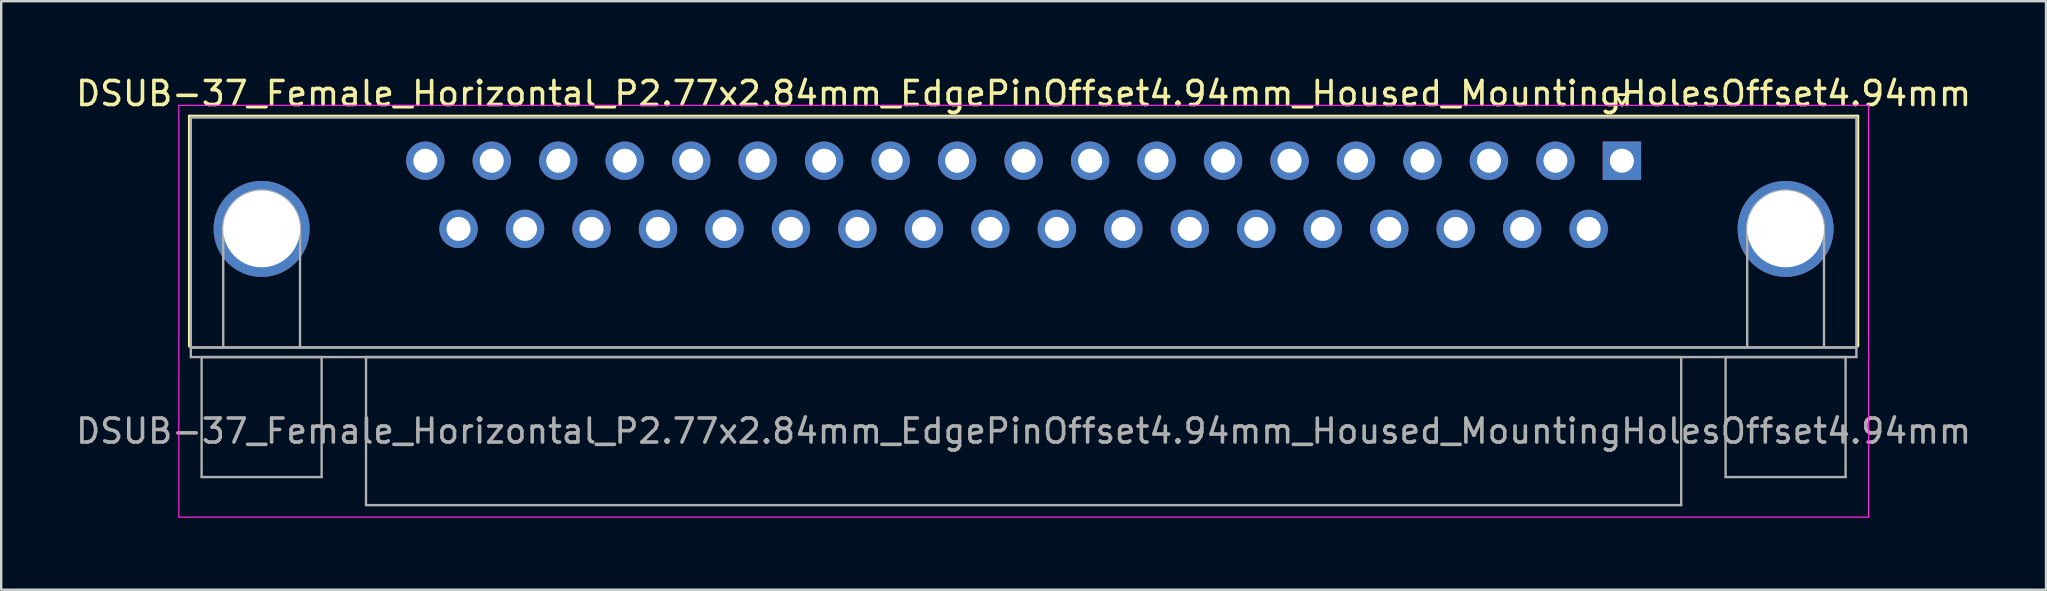
<source format=kicad_pcb>
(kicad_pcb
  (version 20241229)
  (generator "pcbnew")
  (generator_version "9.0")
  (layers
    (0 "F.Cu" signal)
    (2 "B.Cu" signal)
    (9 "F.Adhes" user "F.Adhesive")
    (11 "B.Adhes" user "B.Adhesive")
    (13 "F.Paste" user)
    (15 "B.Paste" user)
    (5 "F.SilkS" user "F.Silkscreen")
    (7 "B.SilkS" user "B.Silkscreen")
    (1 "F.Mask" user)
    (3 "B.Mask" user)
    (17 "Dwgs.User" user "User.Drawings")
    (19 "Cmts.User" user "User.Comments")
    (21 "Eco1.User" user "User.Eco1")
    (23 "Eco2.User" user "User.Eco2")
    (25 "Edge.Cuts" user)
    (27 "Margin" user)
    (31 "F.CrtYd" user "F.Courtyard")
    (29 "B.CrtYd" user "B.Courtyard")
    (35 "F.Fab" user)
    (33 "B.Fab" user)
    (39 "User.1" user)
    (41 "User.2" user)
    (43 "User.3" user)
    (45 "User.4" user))
  (footprint "DSUB-37_Female_Horizontal_P2.77x2.84mm_EdgePinOffset4.94mm_Housed_MountingHolesOffset4.94mm"
    (layer "F.Cu")
    (at 64.531 3.648)
    (property "Reference" "DSUB-37_Female_Horizontal_P2.77x2.84mm_EdgePinOffset4.94mm_Housed_MountingHolesOffset4.94mm" (at -24.93 -2.8 0) (layer "F.SilkS") (effects (font (size 1 1) (thickness 0.15))))
    (attr through_hole)
    (fp_line (start -59.69 -1.86) (end 9.83 -1.86) (stroke (width 0.12) (type solid)) (layer "F.SilkS"))
    (fp_line (start -59.69 7.72) (end -59.69 -1.86) (stroke (width 0.12) (type solid)) (layer "F.SilkS"))
    (fp_line (start -0.25 -2.754) (end 0.25 -2.754) (stroke (width 0.12) (type solid)) (layer "F.SilkS"))
    (fp_line (start 0 -2.321) (end -0.25 -2.754) (stroke (width 0.12) (type solid)) (layer "F.SilkS"))
    (fp_line (start 0.25 -2.754) (end 0 -2.321) (stroke (width 0.12) (type solid)) (layer "F.SilkS"))
    (fp_line (start 9.83 -1.86) (end 9.83 7.72) (stroke (width 0.12) (type solid)) (layer "F.SilkS"))
    (fp_line (start -60.13 -2.31) (end -60.13 14.85) (stroke (width 0.05) (type solid)) (layer "F.CrtYd"))
    (fp_line (start -60.13 14.85) (end 10.28 14.85) (stroke (width 0.05) (type solid)) (layer "F.CrtYd"))
    (fp_line (start 10.28 -2.31) (end -60.13 -2.31) (stroke (width 0.05) (type solid)) (layer "F.CrtYd"))
    (fp_line (start 10.28 14.85) (end 10.28 -2.31) (stroke (width 0.05) (type solid)) (layer "F.CrtYd"))
    (fp_line (start -59.63 -1.8) (end -59.63 7.78) (stroke (width 0.1) (type solid)) (layer "F.Fab"))
    (fp_line (start -59.63 7.78) (end -59.63 8.18) (stroke (width 0.1) (type solid)) (layer "F.Fab"))
    (fp_line (start -59.63 7.78) (end 9.77 7.78) (stroke (width 0.1) (type solid)) (layer "F.Fab"))
    (fp_line (start -59.63 8.18) (end 9.77 8.18) (stroke (width 0.1) (type solid)) (layer "F.Fab"))
    (fp_line (start -59.18 8.18) (end -59.18 13.18) (stroke (width 0.1) (type solid)) (layer "F.Fab"))
    (fp_line (start -59.18 13.18) (end -54.18 13.18) (stroke (width 0.1) (type solid)) (layer "F.Fab"))
    (fp_line (start -58.28 7.78) (end -58.28 2.84) (stroke (width 0.1) (type solid)) (layer "F.Fab"))
    (fp_line (start -55.08 7.78) (end -55.08 2.84) (stroke (width 0.1) (type solid)) (layer "F.Fab"))
    (fp_line (start -54.18 8.18) (end -59.18 8.18) (stroke (width 0.1) (type solid)) (layer "F.Fab"))
    (fp_line (start -54.18 13.18) (end -54.18 8.18) (stroke (width 0.1) (type solid)) (layer "F.Fab"))
    (fp_line (start -52.33 8.18) (end -52.33 14.35) (stroke (width 0.1) (type solid)) (layer "F.Fab"))
    (fp_line (start -52.33 14.35) (end 2.47 14.35) (stroke (width 0.1) (type solid)) (layer "F.Fab"))
    (fp_line (start 2.47 8.18) (end -52.33 8.18) (stroke (width 0.1) (type solid)) (layer "F.Fab"))
    (fp_line (start 2.47 14.35) (end 2.47 8.18) (stroke (width 0.1) (type solid)) (layer "F.Fab"))
    (fp_line (start 4.32 8.18) (end 4.32 13.18) (stroke (width 0.1) (type solid)) (layer "F.Fab"))
    (fp_line (start 4.32 13.18) (end 9.32 13.18) (stroke (width 0.1) (type solid)) (layer "F.Fab"))
    (fp_line (start 5.22 7.78) (end 5.22 2.84) (stroke (width 0.1) (type solid)) (layer "F.Fab"))
    (fp_line (start 8.42 7.78) (end 8.42 2.84) (stroke (width 0.1) (type solid)) (layer "F.Fab"))
    (fp_line (start 9.32 8.18) (end 4.32 8.18) (stroke (width 0.1) (type solid)) (layer "F.Fab"))
    (fp_line (start 9.32 13.18) (end 9.32 8.18) (stroke (width 0.1) (type solid)) (layer "F.Fab"))
    (fp_line (start 9.77 -1.8) (end -59.63 -1.8) (stroke (width 0.1) (type solid)) (layer "F.Fab"))
    (fp_line (start 9.77 7.78) (end -59.63 7.78) (stroke (width 0.1) (type solid)) (layer "F.Fab"))
    (fp_line (start 9.77 7.78) (end 9.77 -1.8) (stroke (width 0.1) (type solid)) (layer "F.Fab"))
    (fp_line (start 9.77 8.18) (end 9.77 7.78) (stroke (width 0.1) (type solid)) (layer "F.Fab"))
    (fp_arc (start -58.28 2.84) (mid -56.68 1.24) (end -55.08 2.84) (stroke (width 0.1) (type solid)) (layer "F.Fab"))
    (fp_arc (start 5.22 2.84) (mid 6.82 1.24) (end 8.42 2.84) (stroke (width 0.1) (type solid)) (layer "F.Fab"))
    (fp_text user "${REFERENCE}" (at -24.93 11.265 0) (layer "F.Fab") (effects (font (size 1 1) (thickness 0.15))))
    (pad "0" thru_hole circle (at -56.68 2.84) (size 4 4) (drill 3.2) (layers "*.Cu" "*.Mask"))
    (pad "0" thru_hole circle (at 6.82 2.84) (size 4 4) (drill 3.2) (layers "*.Cu" "*.Mask"))
    (pad "1" thru_hole rect (at 0 0) (size 1.6 1.6) (drill 1) (layers "*.Cu" "*.Mask"))
    (pad "2" thru_hole circle (at -2.77 0) (size 1.6 1.6) (drill 1) (layers "*.Cu" "*.Mask"))
    (pad "3" thru_hole circle (at -5.54 0) (size 1.6 1.6) (drill 1) (layers "*.Cu" "*.Mask"))
    (pad "4" thru_hole circle (at -8.31 0) (size 1.6 1.6) (drill 1) (layers "*.Cu" "*.Mask"))
    (pad "5" thru_hole circle (at -11.08 0) (size 1.6 1.6) (drill 1) (layers "*.Cu" "*.Mask"))
    (pad "6" thru_hole circle (at -13.85 0) (size 1.6 1.6) (drill 1) (layers "*.Cu" "*.Mask"))
    (pad "7" thru_hole circle (at -16.62 0) (size 1.6 1.6) (drill 1) (layers "*.Cu" "*.Mask"))
    (pad "8" thru_hole circle (at -19.39 0) (size 1.6 1.6) (drill 1) (layers "*.Cu" "*.Mask"))
    (pad "9" thru_hole circle (at -22.16 0) (size 1.6 1.6) (drill 1) (layers "*.Cu" "*.Mask"))
    (pad "10" thru_hole circle (at -24.93 0) (size 1.6 1.6) (drill 1) (layers "*.Cu" "*.Mask"))
    (pad "11" thru_hole circle (at -27.7 0) (size 1.6 1.6) (drill 1) (layers "*.Cu" "*.Mask"))
    (pad "12" thru_hole circle (at -30.47 0) (size 1.6 1.6) (drill 1) (layers "*.Cu" "*.Mask"))
    (pad "13" thru_hole circle (at -33.24 0) (size 1.6 1.6) (drill 1) (layers "*.Cu" "*.Mask"))
    (pad "14" thru_hole circle (at -36.01 0) (size 1.6 1.6) (drill 1) (layers "*.Cu" "*.Mask"))
    (pad "15" thru_hole circle (at -38.78 0) (size 1.6 1.6) (drill 1) (layers "*.Cu" "*.Mask"))
    (pad "16" thru_hole circle (at -41.55 0) (size 1.6 1.6) (drill 1) (layers "*.Cu" "*.Mask"))
    (pad "17" thru_hole circle (at -44.32 0) (size 1.6 1.6) (drill 1) (layers "*.Cu" "*.Mask"))
    (pad "18" thru_hole circle (at -47.09 0) (size 1.6 1.6) (drill 1) (layers "*.Cu" "*.Mask"))
    (pad "19" thru_hole circle (at -49.86 0) (size 1.6 1.6) (drill 1) (layers "*.Cu" "*.Mask"))
    (pad "20" thru_hole circle (at -1.385 2.84) (size 1.6 1.6) (drill 1) (layers "*.Cu" "*.Mask"))
    (pad "21" thru_hole circle (at -4.155 2.84) (size 1.6 1.6) (drill 1) (layers "*.Cu" "*.Mask"))
    (pad "22" thru_hole circle (at -6.925 2.84) (size 1.6 1.6) (drill 1) (layers "*.Cu" "*.Mask"))
    (pad "23" thru_hole circle (at -9.695 2.84) (size 1.6 1.6) (drill 1) (layers "*.Cu" "*.Mask"))
    (pad "24" thru_hole circle (at -12.465 2.84) (size 1.6 1.6) (drill 1) (layers "*.Cu" "*.Mask"))
    (pad "25" thru_hole circle (at -15.235 2.84) (size 1.6 1.6) (drill 1) (layers "*.Cu" "*.Mask"))
    (pad "26" thru_hole circle (at -18.005 2.84) (size 1.6 1.6) (drill 1) (layers "*.Cu" "*.Mask"))
    (pad "27" thru_hole circle (at -20.775 2.84) (size 1.6 1.6) (drill 1) (layers "*.Cu" "*.Mask"))
    (pad "28" thru_hole circle (at -23.545 2.84) (size 1.6 1.6) (drill 1) (layers "*.Cu" "*.Mask"))
    (pad "29" thru_hole circle (at -26.315 2.84) (size 1.6 1.6) (drill 1) (layers "*.Cu" "*.Mask"))
    (pad "30" thru_hole circle (at -29.085 2.84) (size 1.6 1.6) (drill 1) (layers "*.Cu" "*.Mask"))
    (pad "31" thru_hole circle (at -31.855 2.84) (size 1.6 1.6) (drill 1) (layers "*.Cu" "*.Mask"))
    (pad "32" thru_hole circle (at -34.625 2.84) (size 1.6 1.6) (drill 1) (layers "*.Cu" "*.Mask"))
    (pad "33" thru_hole circle (at -37.395 2.84) (size 1.6 1.6) (drill 1) (layers "*.Cu" "*.Mask"))
    (pad "34" thru_hole circle (at -40.165 2.84) (size 1.6 1.6) (drill 1) (layers "*.Cu" "*.Mask"))
    (pad "35" thru_hole circle (at -42.935 2.84) (size 1.6 1.6) (drill 1) (layers "*.Cu" "*.Mask"))
    (pad "36" thru_hole circle (at -45.705 2.84) (size 1.6 1.6) (drill 1) (layers "*.Cu" "*.Mask"))
    (pad "37" thru_hole circle (at -48.475 2.84) (size 1.6 1.6) (drill 1) (layers "*.Cu" "*.Mask")))
  (gr_rect
    (start -3 -3)
    (end 82.202 21.523)
    (stroke (width 0.1) (type default))
    (fill no)
    (layer "Edge.Cuts")))
</source>
